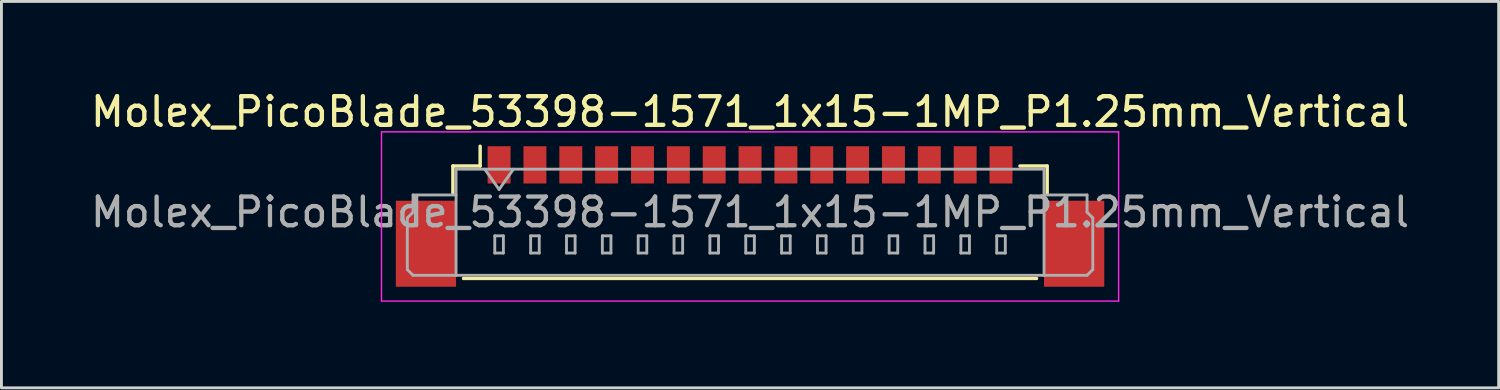
<source format=kicad_pcb>
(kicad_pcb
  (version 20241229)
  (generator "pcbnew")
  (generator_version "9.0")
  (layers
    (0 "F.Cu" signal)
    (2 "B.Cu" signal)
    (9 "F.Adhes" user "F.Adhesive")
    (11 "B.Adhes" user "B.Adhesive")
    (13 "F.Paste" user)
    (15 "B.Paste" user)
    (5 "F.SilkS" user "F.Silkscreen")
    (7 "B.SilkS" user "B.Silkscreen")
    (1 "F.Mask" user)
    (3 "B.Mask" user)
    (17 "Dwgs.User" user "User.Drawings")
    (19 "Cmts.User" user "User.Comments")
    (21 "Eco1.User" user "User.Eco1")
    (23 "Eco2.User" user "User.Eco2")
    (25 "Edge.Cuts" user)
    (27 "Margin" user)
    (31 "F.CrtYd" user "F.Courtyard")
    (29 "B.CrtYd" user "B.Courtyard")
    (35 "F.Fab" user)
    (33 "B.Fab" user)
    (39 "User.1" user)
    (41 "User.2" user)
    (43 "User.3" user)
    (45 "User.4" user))
  (footprint "Molex_PicoBlade_53398-1571_1x15-1MP_P1.25mm_Vertical"
    (layer "F.Cu")
    (at 23.101 3.948)
    (property "Reference" "Molex_PicoBlade_53398-1571_1x15-1MP_P1.25mm_Vertical" (at 0 -3.1 0) (layer "F.SilkS") (effects (font (size 1 1) (thickness 0.15))))
    (attr smd)
    (fp_line (start -10.36 -1.21) (end -9.41 -1.21) (stroke (width 0.12) (type solid)) (layer "F.SilkS"))
    (fp_line (start -10.36 -0.26) (end -10.36 -1.21) (stroke (width 0.12) (type solid)) (layer "F.SilkS"))
    (fp_line (start -9.99 2.71) (end 9.99 2.71) (stroke (width 0.12) (type solid)) (layer "F.SilkS"))
    (fp_line (start -9.41 -1.21) (end -9.41 -1.9) (stroke (width 0.12) (type solid)) (layer "F.SilkS"))
    (fp_line (start 10.36 -1.21) (end 9.41 -1.21) (stroke (width 0.12) (type solid)) (layer "F.SilkS"))
    (fp_line (start 10.36 -0.26) (end 10.36 -1.21) (stroke (width 0.12) (type solid)) (layer "F.SilkS"))
    (fp_line (start -12.85 -2.4) (end -12.85 3.5) (stroke (width 0.05) (type solid)) (layer "F.CrtYd"))
    (fp_line (start -12.85 3.5) (end 12.85 3.5) (stroke (width 0.05) (type solid)) (layer "F.CrtYd"))
    (fp_line (start 12.85 -2.4) (end -12.85 -2.4) (stroke (width 0.05) (type solid)) (layer "F.CrtYd"))
    (fp_line (start 12.85 3.5) (end 12.85 -2.4) (stroke (width 0.05) (type solid)) (layer "F.CrtYd"))
    (fp_line (start -11.95 0.6) (end -11.75 0.4) (stroke (width 0.1) (type solid)) (layer "F.Fab"))
    (fp_line (start -11.95 2.4) (end -11.95 0.6) (stroke (width 0.1) (type solid)) (layer "F.Fab"))
    (fp_line (start -11.75 -0.2) (end -10.25 -0.2) (stroke (width 0.1) (type solid)) (layer "F.Fab"))
    (fp_line (start -11.75 0.4) (end -11.75 -0.2) (stroke (width 0.1) (type solid)) (layer "F.Fab"))
    (fp_line (start -11.75 2.6) (end -11.95 2.4) (stroke (width 0.1) (type solid)) (layer "F.Fab"))
    (fp_line (start -10.25 -1.1) (end -10.25 2.6) (stroke (width 0.1) (type solid)) (layer "F.Fab"))
    (fp_line (start -10.25 -1.1) (end 10.25 -1.1) (stroke (width 0.1) (type solid)) (layer "F.Fab"))
    (fp_line (start -10.25 2.6) (end -11.75 2.6) (stroke (width 0.1) (type solid)) (layer "F.Fab"))
    (fp_line (start -10.25 2.6) (end 10.25 2.6) (stroke (width 0.1) (type solid)) (layer "F.Fab"))
    (fp_line (start -9.25 -1.1) (end -8.75 -0.393) (stroke (width 0.1) (type solid)) (layer "F.Fab"))
    (fp_line (start -8.9 1.225) (end -8.9 1.825) (stroke (width 0.1) (type solid)) (layer "F.Fab"))
    (fp_line (start -8.9 1.825) (end -8.6 1.825) (stroke (width 0.1) (type solid)) (layer "F.Fab"))
    (fp_line (start -8.75 -0.393) (end -8.25 -1.1) (stroke (width 0.1) (type solid)) (layer "F.Fab"))
    (fp_line (start -8.6 1.225) (end -8.9 1.225) (stroke (width 0.1) (type solid)) (layer "F.Fab"))
    (fp_line (start -8.6 1.825) (end -8.6 1.225) (stroke (width 0.1) (type solid)) (layer "F.Fab"))
    (fp_line (start -7.65 1.225) (end -7.65 1.825) (stroke (width 0.1) (type solid)) (layer "F.Fab"))
    (fp_line (start -7.65 1.825) (end -7.35 1.825) (stroke (width 0.1) (type solid)) (layer "F.Fab"))
    (fp_line (start -7.35 1.225) (end -7.65 1.225) (stroke (width 0.1) (type solid)) (layer "F.Fab"))
    (fp_line (start -7.35 1.825) (end -7.35 1.225) (stroke (width 0.1) (type solid)) (layer "F.Fab"))
    (fp_line (start -6.4 1.225) (end -6.4 1.825) (stroke (width 0.1) (type solid)) (layer "F.Fab"))
    (fp_line (start -6.4 1.825) (end -6.1 1.825) (stroke (width 0.1) (type solid)) (layer "F.Fab"))
    (fp_line (start -6.1 1.225) (end -6.4 1.225) (stroke (width 0.1) (type solid)) (layer "F.Fab"))
    (fp_line (start -6.1 1.825) (end -6.1 1.225) (stroke (width 0.1) (type solid)) (layer "F.Fab"))
    (fp_line (start -5.15 1.225) (end -5.15 1.825) (stroke (width 0.1) (type solid)) (layer "F.Fab"))
    (fp_line (start -5.15 1.825) (end -4.85 1.825) (stroke (width 0.1) (type solid)) (layer "F.Fab"))
    (fp_line (start -4.85 1.225) (end -5.15 1.225) (stroke (width 0.1) (type solid)) (layer "F.Fab"))
    (fp_line (start -4.85 1.825) (end -4.85 1.225) (stroke (width 0.1) (type solid)) (layer "F.Fab"))
    (fp_line (start -3.9 1.225) (end -3.9 1.825) (stroke (width 0.1) (type solid)) (layer "F.Fab"))
    (fp_line (start -3.9 1.825) (end -3.6 1.825) (stroke (width 0.1) (type solid)) (layer "F.Fab"))
    (fp_line (start -3.6 1.225) (end -3.9 1.225) (stroke (width 0.1) (type solid)) (layer "F.Fab"))
    (fp_line (start -3.6 1.825) (end -3.6 1.225) (stroke (width 0.1) (type solid)) (layer "F.Fab"))
    (fp_line (start -2.65 1.225) (end -2.65 1.825) (stroke (width 0.1) (type solid)) (layer "F.Fab"))
    (fp_line (start -2.65 1.825) (end -2.35 1.825) (stroke (width 0.1) (type solid)) (layer "F.Fab"))
    (fp_line (start -2.35 1.225) (end -2.65 1.225) (stroke (width 0.1) (type solid)) (layer "F.Fab"))
    (fp_line (start -2.35 1.825) (end -2.35 1.225) (stroke (width 0.1) (type solid)) (layer "F.Fab"))
    (fp_line (start -1.4 1.225) (end -1.4 1.825) (stroke (width 0.1) (type solid)) (layer "F.Fab"))
    (fp_line (start -1.4 1.825) (end -1.1 1.825) (stroke (width 0.1) (type solid)) (layer "F.Fab"))
    (fp_line (start -1.1 1.225) (end -1.4 1.225) (stroke (width 0.1) (type solid)) (layer "F.Fab"))
    (fp_line (start -1.1 1.825) (end -1.1 1.225) (stroke (width 0.1) (type solid)) (layer "F.Fab"))
    (fp_line (start -0.15 1.225) (end -0.15 1.825) (stroke (width 0.1) (type solid)) (layer "F.Fab"))
    (fp_line (start -0.15 1.825) (end 0.15 1.825) (stroke (width 0.1) (type solid)) (layer "F.Fab"))
    (fp_line (start 0.15 1.225) (end -0.15 1.225) (stroke (width 0.1) (type solid)) (layer "F.Fab"))
    (fp_line (start 0.15 1.825) (end 0.15 1.225) (stroke (width 0.1) (type solid)) (layer "F.Fab"))
    (fp_line (start 1.1 1.225) (end 1.1 1.825) (stroke (width 0.1) (type solid)) (layer "F.Fab"))
    (fp_line (start 1.1 1.825) (end 1.4 1.825) (stroke (width 0.1) (type solid)) (layer "F.Fab"))
    (fp_line (start 1.4 1.225) (end 1.1 1.225) (stroke (width 0.1) (type solid)) (layer "F.Fab"))
    (fp_line (start 1.4 1.825) (end 1.4 1.225) (stroke (width 0.1) (type solid)) (layer "F.Fab"))
    (fp_line (start 2.35 1.225) (end 2.35 1.825) (stroke (width 0.1) (type solid)) (layer "F.Fab"))
    (fp_line (start 2.35 1.825) (end 2.65 1.825) (stroke (width 0.1) (type solid)) (layer "F.Fab"))
    (fp_line (start 2.65 1.225) (end 2.35 1.225) (stroke (width 0.1) (type solid)) (layer "F.Fab"))
    (fp_line (start 2.65 1.825) (end 2.65 1.225) (stroke (width 0.1) (type solid)) (layer "F.Fab"))
    (fp_line (start 3.6 1.225) (end 3.6 1.825) (stroke (width 0.1) (type solid)) (layer "F.Fab"))
    (fp_line (start 3.6 1.825) (end 3.9 1.825) (stroke (width 0.1) (type solid)) (layer "F.Fab"))
    (fp_line (start 3.9 1.225) (end 3.6 1.225) (stroke (width 0.1) (type solid)) (layer "F.Fab"))
    (fp_line (start 3.9 1.825) (end 3.9 1.225) (stroke (width 0.1) (type solid)) (layer "F.Fab"))
    (fp_line (start 4.85 1.225) (end 4.85 1.825) (stroke (width 0.1) (type solid)) (layer "F.Fab"))
    (fp_line (start 4.85 1.825) (end 5.15 1.825) (stroke (width 0.1) (type solid)) (layer "F.Fab"))
    (fp_line (start 5.15 1.225) (end 4.85 1.225) (stroke (width 0.1) (type solid)) (layer "F.Fab"))
    (fp_line (start 5.15 1.825) (end 5.15 1.225) (stroke (width 0.1) (type solid)) (layer "F.Fab"))
    (fp_line (start 6.1 1.225) (end 6.1 1.825) (stroke (width 0.1) (type solid)) (layer "F.Fab"))
    (fp_line (start 6.1 1.825) (end 6.4 1.825) (stroke (width 0.1) (type solid)) (layer "F.Fab"))
    (fp_line (start 6.4 1.225) (end 6.1 1.225) (stroke (width 0.1) (type solid)) (layer "F.Fab"))
    (fp_line (start 6.4 1.825) (end 6.4 1.225) (stroke (width 0.1) (type solid)) (layer "F.Fab"))
    (fp_line (start 7.35 1.225) (end 7.35 1.825) (stroke (width 0.1) (type solid)) (layer "F.Fab"))
    (fp_line (start 7.35 1.825) (end 7.65 1.825) (stroke (width 0.1) (type solid)) (layer "F.Fab"))
    (fp_line (start 7.65 1.225) (end 7.35 1.225) (stroke (width 0.1) (type solid)) (layer "F.Fab"))
    (fp_line (start 7.65 1.825) (end 7.65 1.225) (stroke (width 0.1) (type solid)) (layer "F.Fab"))
    (fp_line (start 8.6 1.225) (end 8.6 1.825) (stroke (width 0.1) (type solid)) (layer "F.Fab"))
    (fp_line (start 8.6 1.825) (end 8.9 1.825) (stroke (width 0.1) (type solid)) (layer "F.Fab"))
    (fp_line (start 8.9 1.225) (end 8.6 1.225) (stroke (width 0.1) (type solid)) (layer "F.Fab"))
    (fp_line (start 8.9 1.825) (end 8.9 1.225) (stroke (width 0.1) (type solid)) (layer "F.Fab"))
    (fp_line (start 10.25 -1.1) (end 10.25 2.6) (stroke (width 0.1) (type solid)) (layer "F.Fab"))
    (fp_line (start 10.25 2.6) (end 11.75 2.6) (stroke (width 0.1) (type solid)) (layer "F.Fab"))
    (fp_line (start 11.75 -0.2) (end 10.25 -0.2) (stroke (width 0.1) (type solid)) (layer "F.Fab"))
    (fp_line (start 11.75 0.4) (end 11.75 -0.2) (stroke (width 0.1) (type solid)) (layer "F.Fab"))
    (fp_line (start 11.75 2.6) (end 11.95 2.4) (stroke (width 0.1) (type solid)) (layer "F.Fab"))
    (fp_line (start 11.95 0.6) (end 11.75 0.4) (stroke (width 0.1) (type solid)) (layer "F.Fab"))
    (fp_line (start 11.95 2.4) (end 11.95 0.6) (stroke (width 0.1) (type solid)) (layer "F.Fab"))
    (fp_text user "${REFERENCE}" (at 0 0.4 0) (layer "F.Fab") (effects (font (size 1 1) (thickness 0.15))))
    (pad "1" smd rect (at -8.75 -1.25) (size 0.8 1.3) (layers "F.Cu" "F.Mask" "F.Paste"))
    (pad "2" smd rect (at -7.5 -1.25) (size 0.8 1.3) (layers "F.Cu" "F.Mask" "F.Paste"))
    (pad "3" smd rect (at -6.25 -1.25) (size 0.8 1.3) (layers "F.Cu" "F.Mask" "F.Paste"))
    (pad "4" smd rect (at -5 -1.25) (size 0.8 1.3) (layers "F.Cu" "F.Mask" "F.Paste"))
    (pad "5" smd rect (at -3.75 -1.25) (size 0.8 1.3) (layers "F.Cu" "F.Mask" "F.Paste"))
    (pad "6" smd rect (at -2.5 -1.25) (size 0.8 1.3) (layers "F.Cu" "F.Mask" "F.Paste"))
    (pad "7" smd rect (at -1.25 -1.25) (size 0.8 1.3) (layers "F.Cu" "F.Mask" "F.Paste"))
    (pad "8" smd rect (at 0 -1.25) (size 0.8 1.3) (layers "F.Cu" "F.Mask" "F.Paste"))
    (pad "9" smd rect (at 1.25 -1.25) (size 0.8 1.3) (layers "F.Cu" "F.Mask" "F.Paste"))
    (pad "10" smd rect (at 2.5 -1.25) (size 0.8 1.3) (layers "F.Cu" "F.Mask" "F.Paste"))
    (pad "11" smd rect (at 3.75 -1.25) (size 0.8 1.3) (layers "F.Cu" "F.Mask" "F.Paste"))
    (pad "12" smd rect (at 5 -1.25) (size 0.8 1.3) (layers "F.Cu" "F.Mask" "F.Paste"))
    (pad "13" smd rect (at 6.25 -1.25) (size 0.8 1.3) (layers "F.Cu" "F.Mask" "F.Paste"))
    (pad "14" smd rect (at 7.5 -1.25) (size 0.8 1.3) (layers "F.Cu" "F.Mask" "F.Paste"))
    (pad "15" smd rect (at 8.75 -1.25) (size 0.8 1.3) (layers "F.Cu" "F.Mask" "F.Paste"))
    (pad "MP" smd rect (at -11.3 1.5) (size 2.1 3) (layers "F.Cu" "F.Mask" "F.Paste"))
    (pad "MP" smd rect (at 11.3 1.5) (size 2.1 3) (layers "F.Cu" "F.Mask" "F.Paste")))
  (gr_rect
    (start -3 -3)
    (end 49.202 10.473)
    (stroke (width 0.1) (type default))
    (fill no)
    (layer "Edge.Cuts")))
</source>
